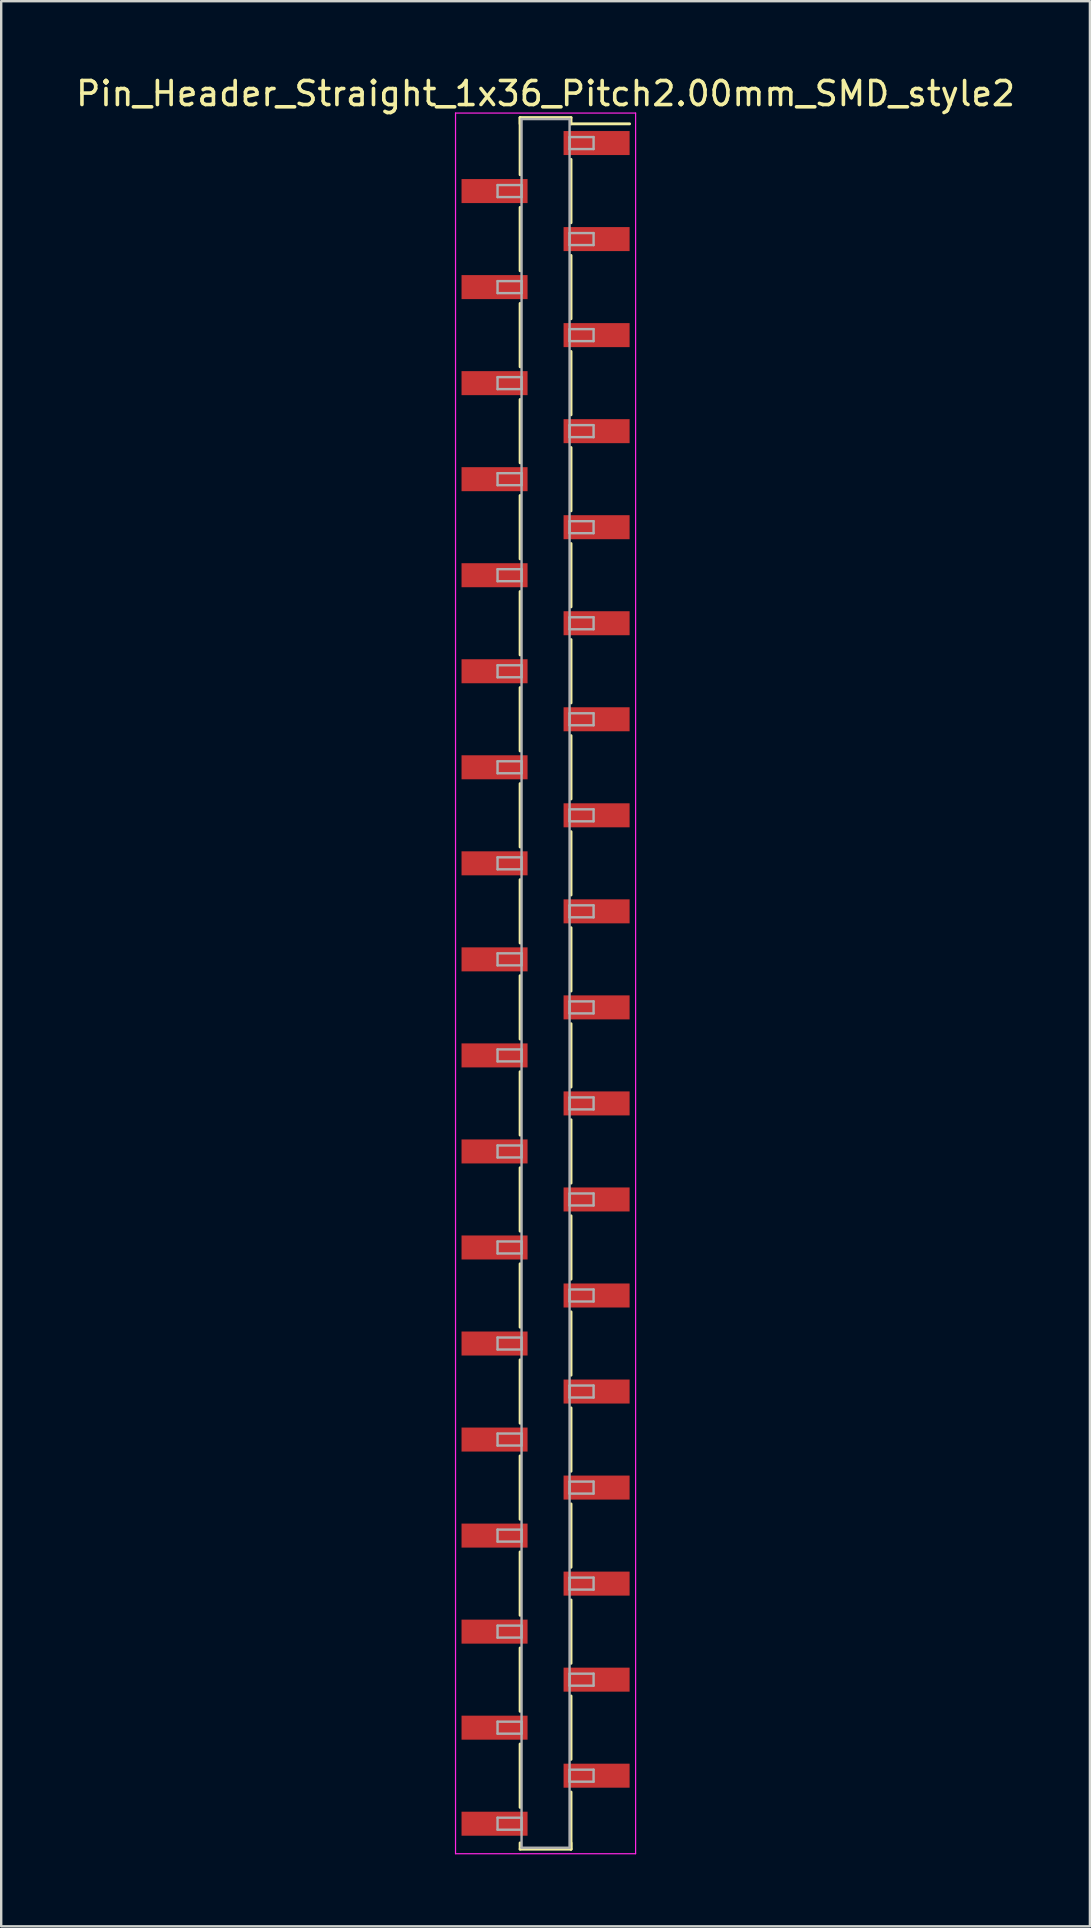
<source format=kicad_pcb>
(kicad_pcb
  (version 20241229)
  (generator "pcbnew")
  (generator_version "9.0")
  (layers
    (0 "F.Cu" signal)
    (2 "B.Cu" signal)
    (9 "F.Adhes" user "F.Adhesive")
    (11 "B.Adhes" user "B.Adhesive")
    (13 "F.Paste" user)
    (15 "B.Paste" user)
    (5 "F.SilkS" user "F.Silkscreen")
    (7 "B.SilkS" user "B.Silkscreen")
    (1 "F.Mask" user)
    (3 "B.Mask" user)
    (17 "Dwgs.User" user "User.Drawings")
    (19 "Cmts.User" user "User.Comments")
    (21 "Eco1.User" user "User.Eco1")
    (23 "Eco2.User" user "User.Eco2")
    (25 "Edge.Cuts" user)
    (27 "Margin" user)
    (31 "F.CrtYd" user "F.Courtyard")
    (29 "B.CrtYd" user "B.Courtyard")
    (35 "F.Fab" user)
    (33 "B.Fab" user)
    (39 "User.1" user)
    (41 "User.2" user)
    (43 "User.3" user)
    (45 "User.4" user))
  (footprint "Pin_Header_Straight_1x36_Pitch2.00mm_SMD_style2"
    (layer "F.Cu")
    (at 19.673 37.908)
    (property "Reference" "Pin_Header_Straight_1x36_Pitch2.00mm_SMD_style2" (at 0 -37.06 0) (layer "F.SilkS") (effects (font (size 1 1) (thickness 0.15))))
    (attr smd)
    (fp_line (start -1.06 -36.06) (end -1.06 -33.68) (stroke (width 0.12) (type solid)) (layer "F.SilkS"))
    (fp_line (start -1.06 -36.06) (end 1.06 -36.06) (stroke (width 0.12) (type solid)) (layer "F.SilkS"))
    (fp_line (start -1.06 -35.8) (end -1.06 -36.06) (stroke (width 0.12) (type solid)) (layer "F.SilkS"))
    (fp_line (start -1.06 -32.32) (end -1.06 -29.68) (stroke (width 0.12) (type solid)) (layer "F.SilkS"))
    (fp_line (start -1.06 -28.32) (end -1.06 -25.68) (stroke (width 0.12) (type solid)) (layer "F.SilkS"))
    (fp_line (start -1.06 -24.32) (end -1.06 -21.68) (stroke (width 0.12) (type solid)) (layer "F.SilkS"))
    (fp_line (start -1.06 -20.32) (end -1.06 -17.68) (stroke (width 0.12) (type solid)) (layer "F.SilkS"))
    (fp_line (start -1.06 -16.32) (end -1.06 -13.68) (stroke (width 0.12) (type solid)) (layer "F.SilkS"))
    (fp_line (start -1.06 -12.32) (end -1.06 -9.68) (stroke (width 0.12) (type solid)) (layer "F.SilkS"))
    (fp_line (start -1.06 -8.32) (end -1.06 -5.68) (stroke (width 0.12) (type solid)) (layer "F.SilkS"))
    (fp_line (start -1.06 -4.32) (end -1.06 -1.68) (stroke (width 0.12) (type solid)) (layer "F.SilkS"))
    (fp_line (start -1.06 -0.32) (end -1.06 2.32) (stroke (width 0.12) (type solid)) (layer "F.SilkS"))
    (fp_line (start -1.06 3.68) (end -1.06 6.32) (stroke (width 0.12) (type solid)) (layer "F.SilkS"))
    (fp_line (start -1.06 7.68) (end -1.06 10.32) (stroke (width 0.12) (type solid)) (layer "F.SilkS"))
    (fp_line (start -1.06 11.68) (end -1.06 14.32) (stroke (width 0.12) (type solid)) (layer "F.SilkS"))
    (fp_line (start -1.06 15.68) (end -1.06 18.32) (stroke (width 0.12) (type solid)) (layer "F.SilkS"))
    (fp_line (start -1.06 19.68) (end -1.06 22.32) (stroke (width 0.12) (type solid)) (layer "F.SilkS"))
    (fp_line (start -1.06 23.68) (end -1.06 26.32) (stroke (width 0.12) (type solid)) (layer "F.SilkS"))
    (fp_line (start -1.06 27.68) (end -1.06 30.32) (stroke (width 0.12) (type solid)) (layer "F.SilkS"))
    (fp_line (start -1.06 31.68) (end -1.06 34.32) (stroke (width 0.12) (type solid)) (layer "F.SilkS"))
    (fp_line (start -1.06 35.8) (end -1.06 36.06) (stroke (width 0.12) (type solid)) (layer "F.SilkS"))
    (fp_line (start -1.06 36.06) (end 1.06 36.06) (stroke (width 0.12) (type solid)) (layer "F.SilkS"))
    (fp_line (start 1.06 -36.06) (end 1.06 -35.8) (stroke (width 0.12) (type solid)) (layer "F.SilkS"))
    (fp_line (start 1.06 -35.8) (end 3.5 -35.8) (stroke (width 0.12) (type solid)) (layer "F.SilkS"))
    (fp_line (start 1.06 -34.32) (end 1.06 -31.68) (stroke (width 0.12) (type solid)) (layer "F.SilkS"))
    (fp_line (start 1.06 -30.32) (end 1.06 -27.68) (stroke (width 0.12) (type solid)) (layer "F.SilkS"))
    (fp_line (start 1.06 -26.32) (end 1.06 -23.68) (stroke (width 0.12) (type solid)) (layer "F.SilkS"))
    (fp_line (start 1.06 -22.32) (end 1.06 -19.68) (stroke (width 0.12) (type solid)) (layer "F.SilkS"))
    (fp_line (start 1.06 -18.32) (end 1.06 -15.68) (stroke (width 0.12) (type solid)) (layer "F.SilkS"))
    (fp_line (start 1.06 -14.32) (end 1.06 -11.68) (stroke (width 0.12) (type solid)) (layer "F.SilkS"))
    (fp_line (start 1.06 -10.32) (end 1.06 -7.68) (stroke (width 0.12) (type solid)) (layer "F.SilkS"))
    (fp_line (start 1.06 -6.32) (end 1.06 -3.68) (stroke (width 0.12) (type solid)) (layer "F.SilkS"))
    (fp_line (start 1.06 -2.32) (end 1.06 0.32) (stroke (width 0.12) (type solid)) (layer "F.SilkS"))
    (fp_line (start 1.06 1.68) (end 1.06 4.32) (stroke (width 0.12) (type solid)) (layer "F.SilkS"))
    (fp_line (start 1.06 5.68) (end 1.06 8.32) (stroke (width 0.12) (type solid)) (layer "F.SilkS"))
    (fp_line (start 1.06 9.68) (end 1.06 12.32) (stroke (width 0.12) (type solid)) (layer "F.SilkS"))
    (fp_line (start 1.06 13.68) (end 1.06 16.32) (stroke (width 0.12) (type solid)) (layer "F.SilkS"))
    (fp_line (start 1.06 17.68) (end 1.06 20.32) (stroke (width 0.12) (type solid)) (layer "F.SilkS"))
    (fp_line (start 1.06 21.68) (end 1.06 24.32) (stroke (width 0.12) (type solid)) (layer "F.SilkS"))
    (fp_line (start 1.06 25.68) (end 1.06 28.32) (stroke (width 0.12) (type solid)) (layer "F.SilkS"))
    (fp_line (start 1.06 29.68) (end 1.06 32.32) (stroke (width 0.12) (type solid)) (layer "F.SilkS"))
    (fp_line (start 1.06 33.68) (end 1.06 36.06) (stroke (width 0.12) (type solid)) (layer "F.SilkS"))
    (fp_line (start 1.06 36.06) (end 1.06 35.8) (stroke (width 0.12) (type solid)) (layer "F.SilkS"))
    (fp_line (start -3.75 -36.25) (end -3.75 36.25) (stroke (width 0.05) (type solid)) (layer "F.CrtYd"))
    (fp_line (start -3.75 36.25) (end 3.75 36.25) (stroke (width 0.05) (type solid)) (layer "F.CrtYd"))
    (fp_line (start 3.75 -36.25) (end -3.75 -36.25) (stroke (width 0.05) (type solid)) (layer "F.CrtYd"))
    (fp_line (start 3.75 36.25) (end 3.75 -36.25) (stroke (width 0.05) (type solid)) (layer "F.CrtYd"))
    (fp_line (start -2 -33.25) (end -1 -33.25) (stroke (width 0.1) (type solid)) (layer "F.Fab"))
    (fp_line (start -2 -32.75) (end -2 -33.25) (stroke (width 0.1) (type solid)) (layer "F.Fab"))
    (fp_line (start -2 -29.25) (end -1 -29.25) (stroke (width 0.1) (type solid)) (layer "F.Fab"))
    (fp_line (start -2 -28.75) (end -2 -29.25) (stroke (width 0.1) (type solid)) (layer "F.Fab"))
    (fp_line (start -2 -25.25) (end -1 -25.25) (stroke (width 0.1) (type solid)) (layer "F.Fab"))
    (fp_line (start -2 -24.75) (end -2 -25.25) (stroke (width 0.1) (type solid)) (layer "F.Fab"))
    (fp_line (start -2 -21.25) (end -1 -21.25) (stroke (width 0.1) (type solid)) (layer "F.Fab"))
    (fp_line (start -2 -20.75) (end -2 -21.25) (stroke (width 0.1) (type solid)) (layer "F.Fab"))
    (fp_line (start -2 -17.25) (end -1 -17.25) (stroke (width 0.1) (type solid)) (layer "F.Fab"))
    (fp_line (start -2 -16.75) (end -2 -17.25) (stroke (width 0.1) (type solid)) (layer "F.Fab"))
    (fp_line (start -2 -13.25) (end -1 -13.25) (stroke (width 0.1) (type solid)) (layer "F.Fab"))
    (fp_line (start -2 -12.75) (end -2 -13.25) (stroke (width 0.1) (type solid)) (layer "F.Fab"))
    (fp_line (start -2 -9.25) (end -1 -9.25) (stroke (width 0.1) (type solid)) (layer "F.Fab"))
    (fp_line (start -2 -8.75) (end -2 -9.25) (stroke (width 0.1) (type solid)) (layer "F.Fab"))
    (fp_line (start -2 -5.25) (end -1 -5.25) (stroke (width 0.1) (type solid)) (layer "F.Fab"))
    (fp_line (start -2 -4.75) (end -2 -5.25) (stroke (width 0.1) (type solid)) (layer "F.Fab"))
    (fp_line (start -2 -1.25) (end -1 -1.25) (stroke (width 0.1) (type solid)) (layer "F.Fab"))
    (fp_line (start -2 -0.75) (end -2 -1.25) (stroke (width 0.1) (type solid)) (layer "F.Fab"))
    (fp_line (start -2 2.75) (end -1 2.75) (stroke (width 0.1) (type solid)) (layer "F.Fab"))
    (fp_line (start -2 3.25) (end -2 2.75) (stroke (width 0.1) (type solid)) (layer "F.Fab"))
    (fp_line (start -2 6.75) (end -1 6.75) (stroke (width 0.1) (type solid)) (layer "F.Fab"))
    (fp_line (start -2 7.25) (end -2 6.75) (stroke (width 0.1) (type solid)) (layer "F.Fab"))
    (fp_line (start -2 10.75) (end -1 10.75) (stroke (width 0.1) (type solid)) (layer "F.Fab"))
    (fp_line (start -2 11.25) (end -2 10.75) (stroke (width 0.1) (type solid)) (layer "F.Fab"))
    (fp_line (start -2 14.75) (end -1 14.75) (stroke (width 0.1) (type solid)) (layer "F.Fab"))
    (fp_line (start -2 15.25) (end -2 14.75) (stroke (width 0.1) (type solid)) (layer "F.Fab"))
    (fp_line (start -2 18.75) (end -1 18.75) (stroke (width 0.1) (type solid)) (layer "F.Fab"))
    (fp_line (start -2 19.25) (end -2 18.75) (stroke (width 0.1) (type solid)) (layer "F.Fab"))
    (fp_line (start -2 22.75) (end -1 22.75) (stroke (width 0.1) (type solid)) (layer "F.Fab"))
    (fp_line (start -2 23.25) (end -2 22.75) (stroke (width 0.1) (type solid)) (layer "F.Fab"))
    (fp_line (start -2 26.75) (end -1 26.75) (stroke (width 0.1) (type solid)) (layer "F.Fab"))
    (fp_line (start -2 27.25) (end -2 26.75) (stroke (width 0.1) (type solid)) (layer "F.Fab"))
    (fp_line (start -2 30.75) (end -1 30.75) (stroke (width 0.1) (type solid)) (layer "F.Fab"))
    (fp_line (start -2 31.25) (end -2 30.75) (stroke (width 0.1) (type solid)) (layer "F.Fab"))
    (fp_line (start -2 34.75) (end -1 34.75) (stroke (width 0.1) (type solid)) (layer "F.Fab"))
    (fp_line (start -2 35.25) (end -2 34.75) (stroke (width 0.1) (type solid)) (layer "F.Fab"))
    (fp_line (start -1 -36) (end -1 36) (stroke (width 0.1) (type solid)) (layer "F.Fab"))
    (fp_line (start -1 -33.25) (end -1 -32.75) (stroke (width 0.1) (type solid)) (layer "F.Fab"))
    (fp_line (start -1 -32.75) (end -2 -32.75) (stroke (width 0.1) (type solid)) (layer "F.Fab"))
    (fp_line (start -1 -29.25) (end -1 -28.75) (stroke (width 0.1) (type solid)) (layer "F.Fab"))
    (fp_line (start -1 -28.75) (end -2 -28.75) (stroke (width 0.1) (type solid)) (layer "F.Fab"))
    (fp_line (start -1 -25.25) (end -1 -24.75) (stroke (width 0.1) (type solid)) (layer "F.Fab"))
    (fp_line (start -1 -24.75) (end -2 -24.75) (stroke (width 0.1) (type solid)) (layer "F.Fab"))
    (fp_line (start -1 -21.25) (end -1 -20.75) (stroke (width 0.1) (type solid)) (layer "F.Fab"))
    (fp_line (start -1 -20.75) (end -2 -20.75) (stroke (width 0.1) (type solid)) (layer "F.Fab"))
    (fp_line (start -1 -17.25) (end -1 -16.75) (stroke (width 0.1) (type solid)) (layer "F.Fab"))
    (fp_line (start -1 -16.75) (end -2 -16.75) (stroke (width 0.1) (type solid)) (layer "F.Fab"))
    (fp_line (start -1 -13.25) (end -1 -12.75) (stroke (width 0.1) (type solid)) (layer "F.Fab"))
    (fp_line (start -1 -12.75) (end -2 -12.75) (stroke (width 0.1) (type solid)) (layer "F.Fab"))
    (fp_line (start -1 -9.25) (end -1 -8.75) (stroke (width 0.1) (type solid)) (layer "F.Fab"))
    (fp_line (start -1 -8.75) (end -2 -8.75) (stroke (width 0.1) (type solid)) (layer "F.Fab"))
    (fp_line (start -1 -5.25) (end -1 -4.75) (stroke (width 0.1) (type solid)) (layer "F.Fab"))
    (fp_line (start -1 -4.75) (end -2 -4.75) (stroke (width 0.1) (type solid)) (layer "F.Fab"))
    (fp_line (start -1 -1.25) (end -1 -0.75) (stroke (width 0.1) (type solid)) (layer "F.Fab"))
    (fp_line (start -1 -0.75) (end -2 -0.75) (stroke (width 0.1) (type solid)) (layer "F.Fab"))
    (fp_line (start -1 2.75) (end -1 3.25) (stroke (width 0.1) (type solid)) (layer "F.Fab"))
    (fp_line (start -1 3.25) (end -2 3.25) (stroke (width 0.1) (type solid)) (layer "F.Fab"))
    (fp_line (start -1 6.75) (end -1 7.25) (stroke (width 0.1) (type solid)) (layer "F.Fab"))
    (fp_line (start -1 7.25) (end -2 7.25) (stroke (width 0.1) (type solid)) (layer "F.Fab"))
    (fp_line (start -1 10.75) (end -1 11.25) (stroke (width 0.1) (type solid)) (layer "F.Fab"))
    (fp_line (start -1 11.25) (end -2 11.25) (stroke (width 0.1) (type solid)) (layer "F.Fab"))
    (fp_line (start -1 14.75) (end -1 15.25) (stroke (width 0.1) (type solid)) (layer "F.Fab"))
    (fp_line (start -1 15.25) (end -2 15.25) (stroke (width 0.1) (type solid)) (layer "F.Fab"))
    (fp_line (start -1 18.75) (end -1 19.25) (stroke (width 0.1) (type solid)) (layer "F.Fab"))
    (fp_line (start -1 19.25) (end -2 19.25) (stroke (width 0.1) (type solid)) (layer "F.Fab"))
    (fp_line (start -1 22.75) (end -1 23.25) (stroke (width 0.1) (type solid)) (layer "F.Fab"))
    (fp_line (start -1 23.25) (end -2 23.25) (stroke (width 0.1) (type solid)) (layer "F.Fab"))
    (fp_line (start -1 26.75) (end -1 27.25) (stroke (width 0.1) (type solid)) (layer "F.Fab"))
    (fp_line (start -1 27.25) (end -2 27.25) (stroke (width 0.1) (type solid)) (layer "F.Fab"))
    (fp_line (start -1 30.75) (end -1 31.25) (stroke (width 0.1) (type solid)) (layer "F.Fab"))
    (fp_line (start -1 31.25) (end -2 31.25) (stroke (width 0.1) (type solid)) (layer "F.Fab"))
    (fp_line (start -1 34.75) (end -1 35.25) (stroke (width 0.1) (type solid)) (layer "F.Fab"))
    (fp_line (start -1 35.25) (end -2 35.25) (stroke (width 0.1) (type solid)) (layer "F.Fab"))
    (fp_line (start -1 36) (end 1 36) (stroke (width 0.1) (type solid)) (layer "F.Fab"))
    (fp_line (start 1 -36) (end -1 -36) (stroke (width 0.1) (type solid)) (layer "F.Fab"))
    (fp_line (start 1 -35.25) (end 1 -34.75) (stroke (width 0.1) (type solid)) (layer "F.Fab"))
    (fp_line (start 1 -34.75) (end 2 -34.75) (stroke (width 0.1) (type solid)) (layer "F.Fab"))
    (fp_line (start 1 -31.25) (end 1 -30.75) (stroke (width 0.1) (type solid)) (layer "F.Fab"))
    (fp_line (start 1 -30.75) (end 2 -30.75) (stroke (width 0.1) (type solid)) (layer "F.Fab"))
    (fp_line (start 1 -27.25) (end 1 -26.75) (stroke (width 0.1) (type solid)) (layer "F.Fab"))
    (fp_line (start 1 -26.75) (end 2 -26.75) (stroke (width 0.1) (type solid)) (layer "F.Fab"))
    (fp_line (start 1 -23.25) (end 1 -22.75) (stroke (width 0.1) (type solid)) (layer "F.Fab"))
    (fp_line (start 1 -22.75) (end 2 -22.75) (stroke (width 0.1) (type solid)) (layer "F.Fab"))
    (fp_line (start 1 -19.25) (end 1 -18.75) (stroke (width 0.1) (type solid)) (layer "F.Fab"))
    (fp_line (start 1 -18.75) (end 2 -18.75) (stroke (width 0.1) (type solid)) (layer "F.Fab"))
    (fp_line (start 1 -15.25) (end 1 -14.75) (stroke (width 0.1) (type solid)) (layer "F.Fab"))
    (fp_line (start 1 -14.75) (end 2 -14.75) (stroke (width 0.1) (type solid)) (layer "F.Fab"))
    (fp_line (start 1 -11.25) (end 1 -10.75) (stroke (width 0.1) (type solid)) (layer "F.Fab"))
    (fp_line (start 1 -10.75) (end 2 -10.75) (stroke (width 0.1) (type solid)) (layer "F.Fab"))
    (fp_line (start 1 -7.25) (end 1 -6.75) (stroke (width 0.1) (type solid)) (layer "F.Fab"))
    (fp_line (start 1 -6.75) (end 2 -6.75) (stroke (width 0.1) (type solid)) (layer "F.Fab"))
    (fp_line (start 1 -3.25) (end 1 -2.75) (stroke (width 0.1) (type solid)) (layer "F.Fab"))
    (fp_line (start 1 -2.75) (end 2 -2.75) (stroke (width 0.1) (type solid)) (layer "F.Fab"))
    (fp_line (start 1 0.75) (end 1 1.25) (stroke (width 0.1) (type solid)) (layer "F.Fab"))
    (fp_line (start 1 1.25) (end 2 1.25) (stroke (width 0.1) (type solid)) (layer "F.Fab"))
    (fp_line (start 1 4.75) (end 1 5.25) (stroke (width 0.1) (type solid)) (layer "F.Fab"))
    (fp_line (start 1 5.25) (end 2 5.25) (stroke (width 0.1) (type solid)) (layer "F.Fab"))
    (fp_line (start 1 8.75) (end 1 9.25) (stroke (width 0.1) (type solid)) (layer "F.Fab"))
    (fp_line (start 1 9.25) (end 2 9.25) (stroke (width 0.1) (type solid)) (layer "F.Fab"))
    (fp_line (start 1 12.75) (end 1 13.25) (stroke (width 0.1) (type solid)) (layer "F.Fab"))
    (fp_line (start 1 13.25) (end 2 13.25) (stroke (width 0.1) (type solid)) (layer "F.Fab"))
    (fp_line (start 1 16.75) (end 1 17.25) (stroke (width 0.1) (type solid)) (layer "F.Fab"))
    (fp_line (start 1 17.25) (end 2 17.25) (stroke (width 0.1) (type solid)) (layer "F.Fab"))
    (fp_line (start 1 20.75) (end 1 21.25) (stroke (width 0.1) (type solid)) (layer "F.Fab"))
    (fp_line (start 1 21.25) (end 2 21.25) (stroke (width 0.1) (type solid)) (layer "F.Fab"))
    (fp_line (start 1 24.75) (end 1 25.25) (stroke (width 0.1) (type solid)) (layer "F.Fab"))
    (fp_line (start 1 25.25) (end 2 25.25) (stroke (width 0.1) (type solid)) (layer "F.Fab"))
    (fp_line (start 1 28.75) (end 1 29.25) (stroke (width 0.1) (type solid)) (layer "F.Fab"))
    (fp_line (start 1 29.25) (end 2 29.25) (stroke (width 0.1) (type solid)) (layer "F.Fab"))
    (fp_line (start 1 32.75) (end 1 33.25) (stroke (width 0.1) (type solid)) (layer "F.Fab"))
    (fp_line (start 1 33.25) (end 2 33.25) (stroke (width 0.1) (type solid)) (layer "F.Fab"))
    (fp_line (start 1 36) (end 1 -36) (stroke (width 0.1) (type solid)) (layer "F.Fab"))
    (fp_line (start 2 -35.25) (end 1 -35.25) (stroke (width 0.1) (type solid)) (layer "F.Fab"))
    (fp_line (start 2 -34.75) (end 2 -35.25) (stroke (width 0.1) (type solid)) (layer "F.Fab"))
    (fp_line (start 2 -31.25) (end 1 -31.25) (stroke (width 0.1) (type solid)) (layer "F.Fab"))
    (fp_line (start 2 -30.75) (end 2 -31.25) (stroke (width 0.1) (type solid)) (layer "F.Fab"))
    (fp_line (start 2 -27.25) (end 1 -27.25) (stroke (width 0.1) (type solid)) (layer "F.Fab"))
    (fp_line (start 2 -26.75) (end 2 -27.25) (stroke (width 0.1) (type solid)) (layer "F.Fab"))
    (fp_line (start 2 -23.25) (end 1 -23.25) (stroke (width 0.1) (type solid)) (layer "F.Fab"))
    (fp_line (start 2 -22.75) (end 2 -23.25) (stroke (width 0.1) (type solid)) (layer "F.Fab"))
    (fp_line (start 2 -19.25) (end 1 -19.25) (stroke (width 0.1) (type solid)) (layer "F.Fab"))
    (fp_line (start 2 -18.75) (end 2 -19.25) (stroke (width 0.1) (type solid)) (layer "F.Fab"))
    (fp_line (start 2 -15.25) (end 1 -15.25) (stroke (width 0.1) (type solid)) (layer "F.Fab"))
    (fp_line (start 2 -14.75) (end 2 -15.25) (stroke (width 0.1) (type solid)) (layer "F.Fab"))
    (fp_line (start 2 -11.25) (end 1 -11.25) (stroke (width 0.1) (type solid)) (layer "F.Fab"))
    (fp_line (start 2 -10.75) (end 2 -11.25) (stroke (width 0.1) (type solid)) (layer "F.Fab"))
    (fp_line (start 2 -7.25) (end 1 -7.25) (stroke (width 0.1) (type solid)) (layer "F.Fab"))
    (fp_line (start 2 -6.75) (end 2 -7.25) (stroke (width 0.1) (type solid)) (layer "F.Fab"))
    (fp_line (start 2 -3.25) (end 1 -3.25) (stroke (width 0.1) (type solid)) (layer "F.Fab"))
    (fp_line (start 2 -2.75) (end 2 -3.25) (stroke (width 0.1) (type solid)) (layer "F.Fab"))
    (fp_line (start 2 0.75) (end 1 0.75) (stroke (width 0.1) (type solid)) (layer "F.Fab"))
    (fp_line (start 2 1.25) (end 2 0.75) (stroke (width 0.1) (type solid)) (layer "F.Fab"))
    (fp_line (start 2 4.75) (end 1 4.75) (stroke (width 0.1) (type solid)) (layer "F.Fab"))
    (fp_line (start 2 5.25) (end 2 4.75) (stroke (width 0.1) (type solid)) (layer "F.Fab"))
    (fp_line (start 2 8.75) (end 1 8.75) (stroke (width 0.1) (type solid)) (layer "F.Fab"))
    (fp_line (start 2 9.25) (end 2 8.75) (stroke (width 0.1) (type solid)) (layer "F.Fab"))
    (fp_line (start 2 12.75) (end 1 12.75) (stroke (width 0.1) (type solid)) (layer "F.Fab"))
    (fp_line (start 2 13.25) (end 2 12.75) (stroke (width 0.1) (type solid)) (layer "F.Fab"))
    (fp_line (start 2 16.75) (end 1 16.75) (stroke (width 0.1) (type solid)) (layer "F.Fab"))
    (fp_line (start 2 17.25) (end 2 16.75) (stroke (width 0.1) (type solid)) (layer "F.Fab"))
    (fp_line (start 2 20.75) (end 1 20.75) (stroke (width 0.1) (type solid)) (layer "F.Fab"))
    (fp_line (start 2 21.25) (end 2 20.75) (stroke (width 0.1) (type solid)) (layer "F.Fab"))
    (fp_line (start 2 24.75) (end 1 24.75) (stroke (width 0.1) (type solid)) (layer "F.Fab"))
    (fp_line (start 2 25.25) (end 2 24.75) (stroke (width 0.1) (type solid)) (layer "F.Fab"))
    (fp_line (start 2 28.75) (end 1 28.75) (stroke (width 0.1) (type solid)) (layer "F.Fab"))
    (fp_line (start 2 29.25) (end 2 28.75) (stroke (width 0.1) (type solid)) (layer "F.Fab"))
    (fp_line (start 2 32.75) (end 1 32.75) (stroke (width 0.1) (type solid)) (layer "F.Fab"))
    (fp_line (start 2 33.25) (end 2 32.75) (stroke (width 0.1) (type solid)) (layer "F.Fab"))
    (pad "1" smd rect (at 2.125 -35) (size 2.75 1) (layers "F.Cu" "F.Mask"))
    (pad "2" smd rect (at -2.125 -33) (size 2.75 1) (layers "F.Cu" "F.Mask"))
    (pad "3" smd rect (at 2.125 -31) (size 2.75 1) (layers "F.Cu" "F.Mask"))
    (pad "4" smd rect (at -2.125 -29) (size 2.75 1) (layers "F.Cu" "F.Mask"))
    (pad "5" smd rect (at 2.125 -27) (size 2.75 1) (layers "F.Cu" "F.Mask"))
    (pad "6" smd rect (at -2.125 -25) (size 2.75 1) (layers "F.Cu" "F.Mask"))
    (pad "7" smd rect (at 2.125 -23) (size 2.75 1) (layers "F.Cu" "F.Mask"))
    (pad "8" smd rect (at -2.125 -21) (size 2.75 1) (layers "F.Cu" "F.Mask"))
    (pad "9" smd rect (at 2.125 -19) (size 2.75 1) (layers "F.Cu" "F.Mask"))
    (pad "10" smd rect (at -2.125 -17) (size 2.75 1) (layers "F.Cu" "F.Mask"))
    (pad "11" smd rect (at 2.125 -15) (size 2.75 1) (layers "F.Cu" "F.Mask"))
    (pad "12" smd rect (at -2.125 -13) (size 2.75 1) (layers "F.Cu" "F.Mask"))
    (pad "13" smd rect (at 2.125 -11) (size 2.75 1) (layers "F.Cu" "F.Mask"))
    (pad "14" smd rect (at -2.125 -9) (size 2.75 1) (layers "F.Cu" "F.Mask"))
    (pad "15" smd rect (at 2.125 -7) (size 2.75 1) (layers "F.Cu" "F.Mask"))
    (pad "16" smd rect (at -2.125 -5) (size 2.75 1) (layers "F.Cu" "F.Mask"))
    (pad "17" smd rect (at 2.125 -3) (size 2.75 1) (layers "F.Cu" "F.Mask"))
    (pad "18" smd rect (at -2.125 -1) (size 2.75 1) (layers "F.Cu" "F.Mask"))
    (pad "19" smd rect (at 2.125 1) (size 2.75 1) (layers "F.Cu" "F.Mask"))
    (pad "20" smd rect (at -2.125 3) (size 2.75 1) (layers "F.Cu" "F.Mask"))
    (pad "21" smd rect (at 2.125 5) (size 2.75 1) (layers "F.Cu" "F.Mask"))
    (pad "22" smd rect (at -2.125 7) (size 2.75 1) (layers "F.Cu" "F.Mask"))
    (pad "23" smd rect (at 2.125 9) (size 2.75 1) (layers "F.Cu" "F.Mask"))
    (pad "24" smd rect (at -2.125 11) (size 2.75 1) (layers "F.Cu" "F.Mask"))
    (pad "25" smd rect (at 2.125 13) (size 2.75 1) (layers "F.Cu" "F.Mask"))
    (pad "26" smd rect (at -2.125 15) (size 2.75 1) (layers "F.Cu" "F.Mask"))
    (pad "27" smd rect (at 2.125 17) (size 2.75 1) (layers "F.Cu" "F.Mask"))
    (pad "28" smd rect (at -2.125 19) (size 2.75 1) (layers "F.Cu" "F.Mask"))
    (pad "29" smd rect (at 2.125 21) (size 2.75 1) (layers "F.Cu" "F.Mask"))
    (pad "30" smd rect (at -2.125 23) (size 2.75 1) (layers "F.Cu" "F.Mask"))
    (pad "31" smd rect (at 2.125 25) (size 2.75 1) (layers "F.Cu" "F.Mask"))
    (pad "32" smd rect (at -2.125 27) (size 2.75 1) (layers "F.Cu" "F.Mask"))
    (pad "33" smd rect (at 2.125 29) (size 2.75 1) (layers "F.Cu" "F.Mask"))
    (pad "34" smd rect (at -2.125 31) (size 2.75 1) (layers "F.Cu" "F.Mask"))
    (pad "35" smd rect (at 2.125 33) (size 2.75 1) (layers "F.Cu" "F.Mask"))
    (pad "36" smd rect (at -2.125 35) (size 2.75 1) (layers "F.Cu" "F.Mask")))
  (gr_rect
    (start -3 -3)
    (end 42.345 77.183)
    (stroke (width 0.1) (type default))
    (fill no)
    (layer "Edge.Cuts")))
</source>
